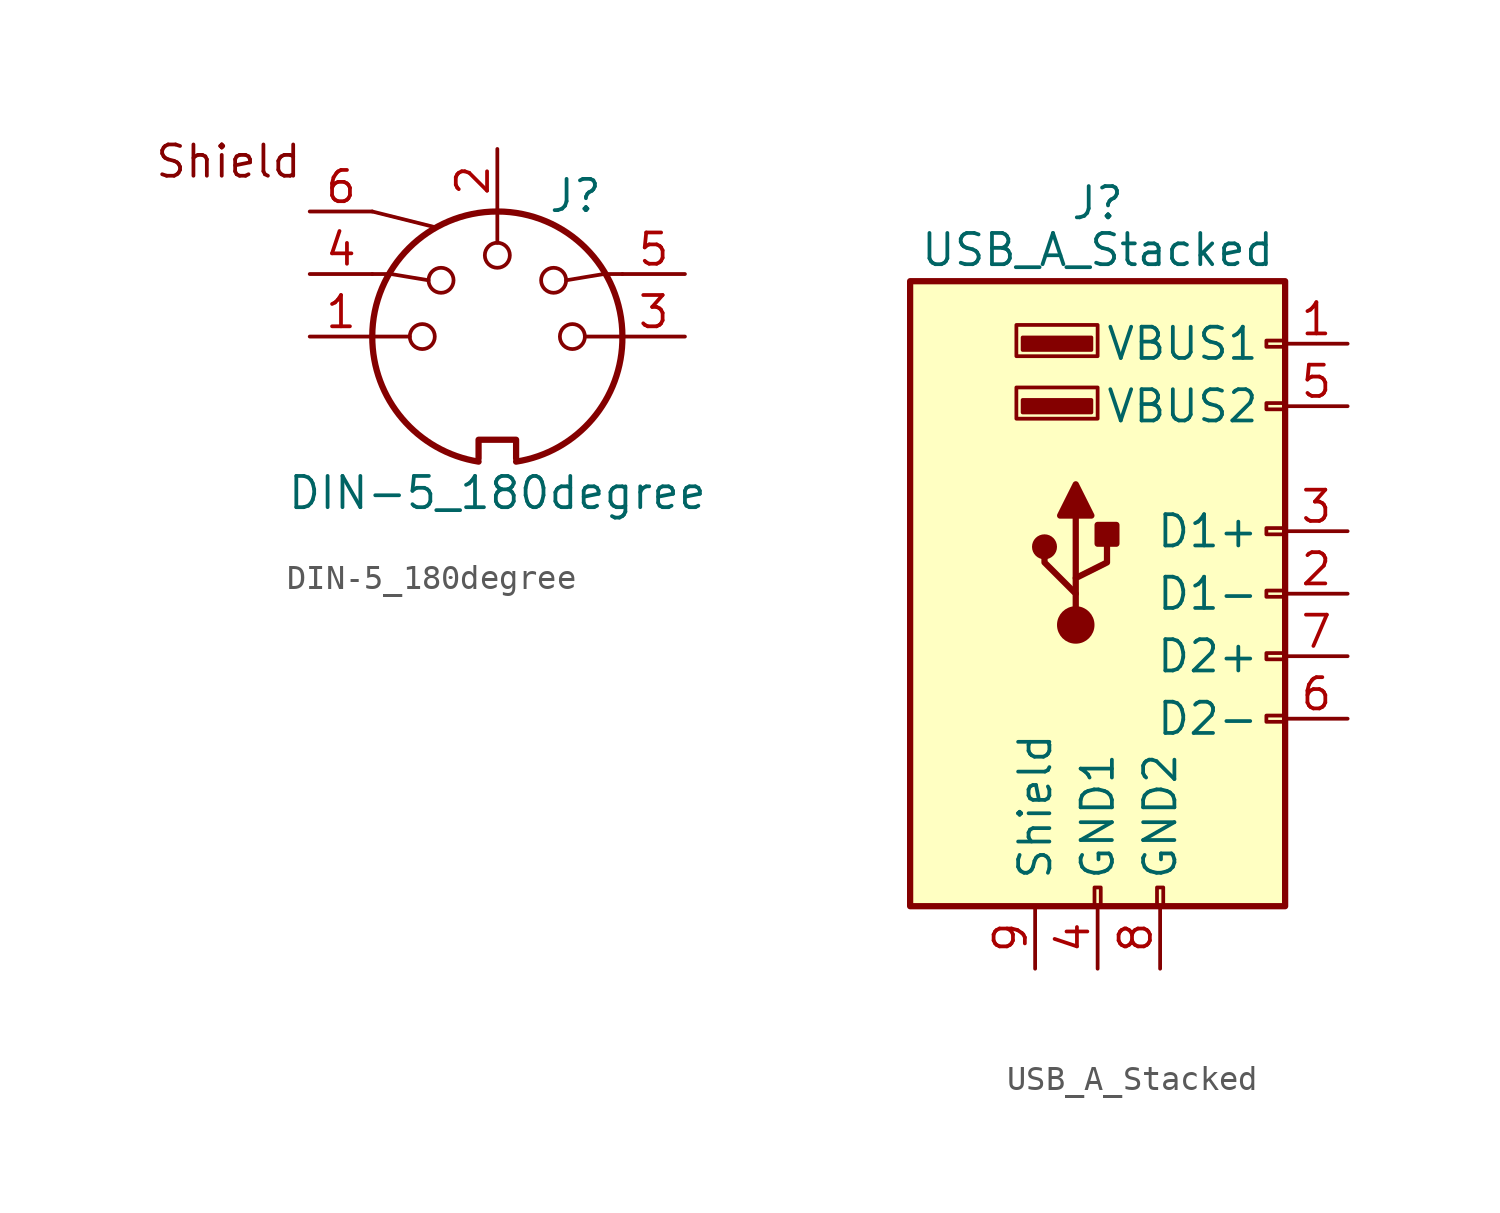
<source format=kicad_sym>
(kicad_symbol_lib
  (version 20241209)
  (generator "kicad_symbol_editor")
  (generator_version "9.0")
  (symbol "DIN-5_180degree"
    (pin_names
      (offset 1.016))
    (property "Reference" "J"
      (at 3.175 5.715 0)
      (effects (font (size 1.27 1.27))))
    (property "Value" "DIN-5_180degree"
      (at 0 -6.35 0)
      (effects (font (size 1.27 1.27))))
    (symbol "DIN-5_180degree_0_1"
      (polyline (pts (xy -5.08 2.54) (xy -4.318 2.54) (xy -2.794 2.286)) (stroke (width 0) (type default)) (fill (type none)))
      (polyline (pts (xy -5.08 0) (xy -3.556 0)) (stroke (width 0) (type default)) (fill (type none)))
      (circle (center -3.048 0) (radius 0.508) (stroke (width 0) (type default)) (fill (type none)))
      (polyline (pts (xy -2.54 4.445) (xy -5.08 5.08)) (stroke (width 0) (type default)) (fill (type none)))
      (circle (center -2.286 2.286) (radius 0.508) (stroke (width 0) (type default)) (fill (type none)))
      (polyline (pts (xy -0.762 -4.953) (xy -0.762 -4.191) (xy 0.762 -4.191) (xy 0.762 -4.953)) (stroke (width 0.254) (type default)) (fill (type none)))
      (arc (start 5.08 0) (mid 3.8673 -3.3444) (end 0.762 -5.08) (stroke (width 0.254) (type default)) (fill (type none)))
      (polyline (pts (xy 0 5.08) (xy 0 3.81)) (stroke (width 0) (type default)) (fill (type none)))
      (circle (center 0 3.302) (radius 0.508) (stroke (width 0) (type default)) (fill (type none)))
      (arc (start -5.08 0) (mid 0 5.0579) (end 5.08 0) (stroke (width 0.254) (type default)) (fill (type none)))
      (arc (start -0.762 -5.08) (mid -3.8597 -3.3379) (end -5.08 0) (stroke (width 0.254) (type default)) (fill (type none)))
      (circle (center 2.286 2.286) (radius 0.508) (stroke (width 0) (type default)) (fill (type none)))
      (circle (center 3.048 0) (radius 0.508) (stroke (width 0) (type default)) (fill (type none)))
      (polyline (pts (xy 5.08 2.54) (xy 4.318 2.54) (xy 2.794 2.286)) (stroke (width 0) (type default)) (fill (type none)))
      (polyline (pts (xy 5.08 0) (xy 3.556 0)) (stroke (width 0) (type default)) (fill (type none))))
    (symbol "DIN-5_180degree_1_1"
      (text "Shield\n" (at -10.922 7.112 0) (effects (font (size 1.27 1.27))))
      (pin passive line (at -7.62 5.08 0) (length 2.54) (name "~" (effects (font (size 1.27 1.27)))) (number "6" (effects (font (size 1.27 1.27)))))
      (pin passive line (at -7.62 2.54 0) (length 2.54) (name "~" (effects (font (size 1.27 1.27)))) (number "4" (effects (font (size 1.27 1.27)))))
      (pin passive line (at -7.62 0 0) (length 2.54) (name "~" (effects (font (size 1.27 1.27)))) (number "1" (effects (font (size 1.27 1.27)))))
      (pin passive line (at 0 7.62 270) (length 2.54) (name "~" (effects (font (size 1.27 1.27)))) (number "2" (effects (font (size 1.27 1.27)))))
      (pin passive line (at 7.62 2.54 180) (length 2.54) (name "~" (effects (font (size 1.27 1.27)))) (number "5" (effects (font (size 1.27 1.27)))))
      (pin passive line (at 7.62 0 180) (length 2.54) (name "~" (effects (font (size 1.27 1.27)))) (number "3" (effects (font (size 1.27 1.27)))))))
  (symbol "USB_A_Stacked"
    (pin_names
      (offset 1.016))
    (property "Reference" "J"
      (at 0 15.875 0)
      (effects (font (size 1.27 1.27))))
    (property "Value" "USB_A_Stacked"
      (at 0 13.97 0)
      (effects (font (size 1.27 1.27))))
    (symbol "USB_A_Stacked_0_1"
      (rectangle (start -7.62 12.7) (end 7.62 -12.7) (stroke (width 0.254) (type default)) (fill (type background)))
      (circle (center -2.159 1.905) (radius 0.381) (stroke (width 0.254) (type default)) (fill (type outline)))
      (polyline (pts (xy -1.524 3.175) (xy -0.254 3.175) (xy -0.889 4.445) (xy -1.524 3.175)) (stroke (width 0.254) (type default)) (fill (type outline)))
      (polyline (pts (xy -0.889 0) (xy -0.889 0.635) (xy 0.381 1.27) (xy 0.381 2.54)) (stroke (width 0.254) (type default)) (fill (type none)))
      (polyline (pts (xy -0.889 -0.635) (xy -0.889 0) (xy -2.159 1.27) (xy -2.159 1.905)) (stroke (width 0.254) (type default)) (fill (type none)))
      (circle (center -0.889 -1.27) (radius 0.635) (stroke (width 0.254) (type default)) (fill (type outline)))
      (rectangle (start -0.254 9.906) (end -3.048 10.414) (stroke (width 0) (type default)) (fill (type outline)))
      (rectangle (start -0.254 7.366) (end -3.048 7.874) (stroke (width 0) (type default)) (fill (type outline)))
      (rectangle (start -0.127 -12.7) (end 0.127 -11.938) (stroke (width 0) (type default)) (fill (type none)))
      (rectangle (start 0 9.652) (end -3.302 10.922) (stroke (width 0) (type default)) (fill (type none)))
      (rectangle (start 0 7.112) (end -3.302 8.382) (stroke (width 0) (type default)) (fill (type none)))
      (rectangle (start 0 2.794) (end 0.762 2.032) (stroke (width 0.254) (type default)) (fill (type outline)))
      (rectangle (start 2.413 -12.7) (end 2.667 -11.938) (stroke (width 0) (type default)) (fill (type none)))
      (rectangle (start 7.62 10.033) (end 6.858 10.287) (stroke (width 0) (type default)) (fill (type none)))
      (rectangle (start 7.62 7.493) (end 6.858 7.747) (stroke (width 0) (type default)) (fill (type none)))
      (rectangle (start 7.62 2.413) (end 6.858 2.667) (stroke (width 0) (type default)) (fill (type none)))
      (rectangle (start 7.62 -0.127) (end 6.858 0.127) (stroke (width 0) (type default)) (fill (type none)))
      (rectangle (start 7.62 -2.667) (end 6.858 -2.413) (stroke (width 0) (type default)) (fill (type none)))
      (rectangle (start 7.62 -5.207) (end 6.858 -4.953) (stroke (width 0) (type default)) (fill (type none))))
    (symbol "USB_A_Stacked_1_1"
      (polyline (pts (xy -0.889 0.635) (xy -0.889 3.175)) (stroke (width 0.254) (type default)) (fill (type none)))
      (pin passive line (at -2.54 -15.24 90) (length 2.54) (name "Shield" (effects (font (size 1.27 1.27)))) (number "9" (effects (font (size 1.27 1.27)))))
      (pin power_in line (at 0 -15.24 90) (length 2.54) (name "GND1" (effects (font (size 1.27 1.27)))) (number "4" (effects (font (size 1.27 1.27)))))
      (pin power_in line (at 2.54 -15.24 90) (length 2.54) (name "GND2" (effects (font (size 1.27 1.27)))) (number "8" (effects (font (size 1.27 1.27)))))
      (pin power_in line (at 10.16 10.16 180) (length 2.54) (name "VBUS1" (effects (font (size 1.27 1.27)))) (number "1" (effects (font (size 1.27 1.27)))))
      (pin power_in line (at 10.16 7.62 180) (length 2.54) (name "VBUS2" (effects (font (size 1.27 1.27)))) (number "5" (effects (font (size 1.27 1.27)))))
      (pin bidirectional line (at 10.16 2.54 180) (length 2.54) (name "D1+" (effects (font (size 1.27 1.27)))) (number "3" (effects (font (size 1.27 1.27)))))
      (pin bidirectional line (at 10.16 0 180) (length 2.54) (name "D1-" (effects (font (size 1.27 1.27)))) (number "2" (effects (font (size 1.27 1.27)))))
      (pin bidirectional line (at 10.16 -2.54 180) (length 2.54) (name "D2+" (effects (font (size 1.27 1.27)))) (number "7" (effects (font (size 1.27 1.27)))))
      (pin bidirectional line (at 10.16 -5.08 180) (length 2.54) (name "D2-" (effects (font (size 1.27 1.27)))) (number "6" (effects (font (size 1.27 1.27))))))))
</source>
